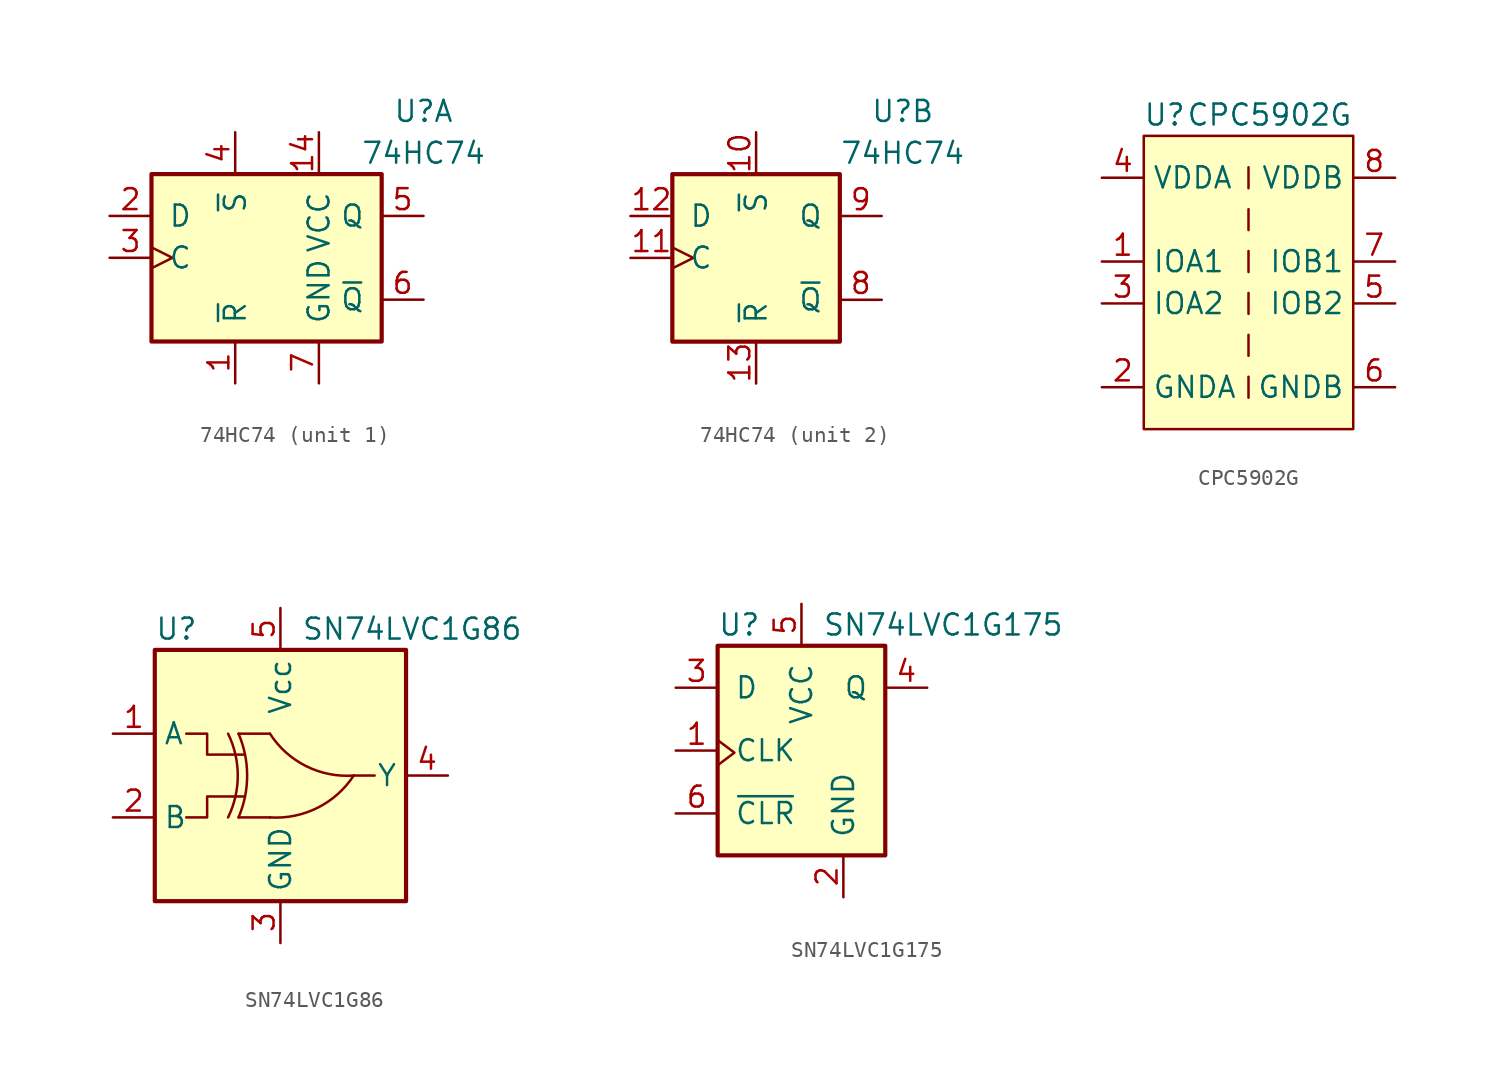
<source format=kicad_sym>
(kicad_symbol_lib
  (version 20211014)
  (generator kicad_symbol_editor)
  (symbol "74HC74"
    (pin_names
      (offset 1.016))
    (property "Reference" "U"
      (at 8.89 8.89 0)
      (effects (font (size 1.27 1.27))))
    (property "Value" "74HC74"
      (at 8.89 6.35 0)
      (effects (font (size 1.27 1.27))))
    (property "ki_locked" ""
      (at 0 0 0)
      (effects (font (size 1.27 1.27))))
    (symbol "74HC74_1_0"
      (pin input line (at -2.54 -7.62 90) (length 2.54) (name "~{R}" (effects (font (size 1.27 1.27)))) (number "1" (effects (font (size 1.27 1.27)))))
      (pin power_in line (at 2.54 7.62 270) (length 2.54) (name "VCC" (effects (font (size 1.27 1.27)))) (number "14" (effects (font (size 1.27 1.27)))))
      (pin input line (at -10.16 2.54 0) (length 2.54) (name "D" (effects (font (size 1.27 1.27)))) (number "2" (effects (font (size 1.27 1.27)))))
      (pin input clock (at -10.16 0 0) (length 2.54) (name "C" (effects (font (size 1.27 1.27)))) (number "3" (effects (font (size 1.27 1.27)))))
      (pin input line (at -2.54 7.62 270) (length 2.54) (name "~{S}" (effects (font (size 1.27 1.27)))) (number "4" (effects (font (size 1.27 1.27)))))
      (pin output line (at 8.89 2.54 180) (length 2.54) (name "Q" (effects (font (size 1.27 1.27)))) (number "5" (effects (font (size 1.27 1.27)))))
      (pin output line (at 8.89 -2.54 180) (length 2.54) (name "~{Q}" (effects (font (size 1.27 1.27)))) (number "6" (effects (font (size 1.27 1.27)))))
      (pin power_in line (at 2.54 -7.62 90) (length 2.54) (name "GND" (effects (font (size 1.27 1.27)))) (number "7" (effects (font (size 1.27 1.27))))))
    (symbol "74HC74_1_1"
      (rectangle (start -7.62 5.08) (end 6.35 -5.08) (stroke (width 0.254) (type default) (color 0 0 0 0)) (fill (type background))))
    (symbol "74HC74_2_0"
      (pin input line (at 0 7.62 270) (length 2.54) (name "~{S}" (effects (font (size 1.27 1.27)))) (number "10" (effects (font (size 1.27 1.27)))))
      (pin input clock (at -7.62 0 0) (length 2.54) (name "C" (effects (font (size 1.27 1.27)))) (number "11" (effects (font (size 1.27 1.27)))))
      (pin input line (at -7.62 2.54 0) (length 2.54) (name "D" (effects (font (size 1.27 1.27)))) (number "12" (effects (font (size 1.27 1.27)))))
      (pin input line (at 0 -7.62 90) (length 2.54) (name "~{R}" (effects (font (size 1.27 1.27)))) (number "13" (effects (font (size 1.27 1.27)))))
      (pin output line (at 7.62 -2.54 180) (length 2.54) (name "~{Q}" (effects (font (size 1.27 1.27)))) (number "8" (effects (font (size 1.27 1.27)))))
      (pin output line (at 7.62 2.54 180) (length 2.54) (name "Q" (effects (font (size 1.27 1.27)))) (number "9" (effects (font (size 1.27 1.27))))))
    (symbol "74HC74_2_1"
      (rectangle (start -5.08 5.08) (end 5.08 -5.08) (stroke (width 0.254) (type default) (color 0 0 0 0)) (fill (type background)))))
  (symbol "CPC5902G"
    (property "Reference" "U"
      (at -5.08 10.16 0)
      (effects (font (size 1.27 1.27))))
    (property "Value" "CPC5902G"
      (at 1.27 10.16 0)
      (effects (font (size 1.27 1.27))))
    (symbol "CPC5902G_0_0"
      (pin bidirectional line (at -8.89 1.27 0) (length 2.54) (name "IOA1" (effects (font (size 1.27 1.27)))) (number "1" (effects (font (size 1.27 1.27)))))
      (pin power_in line (at -8.89 -6.35 0) (length 2.54) (name "GNDA" (effects (font (size 1.27 1.27)))) (number "2" (effects (font (size 1.27 1.27)))))
      (pin bidirectional line (at -8.89 -1.27 0) (length 2.54) (name "IOA2" (effects (font (size 1.27 1.27)))) (number "3" (effects (font (size 1.27 1.27)))))
      (pin power_in line (at -8.89 6.35 0) (length 2.54) (name "VDDA" (effects (font (size 1.27 1.27)))) (number "4" (effects (font (size 1.27 1.27)))))
      (pin bidirectional line (at 8.89 -1.27 180) (length 2.54) (name "IOB2" (effects (font (size 1.27 1.27)))) (number "5" (effects (font (size 1.27 1.27)))))
      (pin power_in line (at 8.89 -6.35 180) (length 2.54) (name "GNDB" (effects (font (size 1.27 1.27)))) (number "6" (effects (font (size 1.27 1.27)))))
      (pin bidirectional line (at 8.89 1.27 180) (length 2.54) (name "IOB1" (effects (font (size 1.27 1.27)))) (number "7" (effects (font (size 1.27 1.27)))))
      (pin power_in line (at 8.89 6.35 180) (length 2.54) (name "VDDB" (effects (font (size 1.27 1.27)))) (number "8" (effects (font (size 1.27 1.27))))))
    (symbol "CPC5902G_0_1"
      (rectangle (start -6.35 8.89) (end 6.35 -8.89) (stroke (width 0) (type default) (color 0 0 0 0)) (fill (type background)))
      (polyline (pts (xy 0 -5.715) (xy 0 -6.985)) (stroke (width 0) (type default) (color 0 0 0 0)) (fill (type none)))
      (polyline (pts (xy 0 -3.175) (xy 0 -4.445)) (stroke (width 0) (type default) (color 0 0 0 0)) (fill (type none)))
      (polyline (pts (xy 0 -0.635) (xy 0 -1.905)) (stroke (width 0) (type default) (color 0 0 0 0)) (fill (type none)))
      (polyline (pts (xy 0 1.905) (xy 0 0.635)) (stroke (width 0) (type default) (color 0 0 0 0)) (fill (type none)))
      (polyline (pts (xy 0 4.445) (xy 0 3.175)) (stroke (width 0) (type default) (color 0 0 0 0)) (fill (type none)))
      (polyline (pts (xy 0 6.985) (xy 0 5.715)) (stroke (width 0) (type default) (color 0 0 0 0)) (fill (type none)))))
  (symbol "SN74LVC1G86"
    (property "Reference" "U"
      (at -7.62 8.89 0)
      (effects (font (size 1.27 1.27)) (justify left)))
    (property "Value" "SN74LVC1G86"
      (at 1.27 8.89 0)
      (effects (font (size 1.27 1.27)) (justify left)))
    (symbol "SN74LVC1G86_0_1"
      (rectangle (start -7.62 7.62) (end 7.62 -7.62) (stroke (width 0.254) (type default) (color 0 0 0 0)) (fill (type background)))
      (arc (start -3.175 -2.54) (mid -2.5862 0) (end -3.175 2.54) (stroke (width 0) (type default) (color 0 0 0 0)) (fill (type none)))
      (arc (start -2.54 -2.54) (mid -2.0185 0) (end -2.54 2.54) (stroke (width 0) (type default) (color 0 0 0 0)) (fill (type none)))
      (arc (start -0.635 -2.54) (mid 2.2489 -1.9578) (end 4.445 0) (stroke (width 0) (type default) (color 0 0 0 0)) (fill (type none)))
      (arc (start -0.635 2.54) (mid -2.7125 -7.965) (end 4.445 0) (stroke (width 0) (type default) (color 0 0 0 0)) (fill (type none)))
      (polyline (pts (xy -2.54 -2.54) (xy -0.635 -2.54)) (stroke (width 0) (type default) (color 0 0 0 0)) (fill (type none)))
      (polyline (pts (xy -2.54 2.54) (xy -0.635 2.54)) (stroke (width 0) (type default) (color 0 0 0 0)) (fill (type none)))
      (polyline (pts (xy 4.445 0) (xy 5.715 0)) (stroke (width 0) (type default) (color 0 0 0 0)) (fill (type none)))
      (polyline (pts (xy -2.159 -1.27) (xy -4.445 -1.27) (xy -4.445 -2.54) (xy -5.715 -2.54)) (stroke (width 0) (type default) (color 0 0 0 0)) (fill (type none)))
      (polyline (pts (xy -2.159 1.27) (xy -4.445 1.27) (xy -4.445 2.54) (xy -5.715 2.54)) (stroke (width 0) (type default) (color 0 0 0 0)) (fill (type none))))
    (symbol "SN74LVC1G86_1_1"
      (pin input line (at -10.16 2.54 0) (length 2.54) (name "A" (effects (font (size 1.27 1.27)))) (number "1" (effects (font (size 1.27 1.27)))))
      (pin input line (at -10.16 -2.54 0) (length 2.54) (name "B" (effects (font (size 1.27 1.27)))) (number "2" (effects (font (size 1.27 1.27)))))
      (pin power_in line (at 0 -10.16 90) (length 2.54) (name "GND" (effects (font (size 1.27 1.27)))) (number "3" (effects (font (size 1.27 1.27)))))
      (pin input line (at 10.16 0 180) (length 2.54) (name "Y" (effects (font (size 1.27 1.27)))) (number "4" (effects (font (size 1.27 1.27)))))
      (pin power_in line (at 0 10.16 270) (length 2.54) (name "Vcc" (effects (font (size 1.27 1.27)))) (number "5" (effects (font (size 1.27 1.27)))))))
  (symbol "SN74LVC1G175"
    (pin_names
      (offset 1.016))
    (property "Reference" "U"
      (at -5.08 7.62 0)
      (effects (font (size 1.27 1.27)) (justify left)))
    (property "Value" "SN74LVC1G175"
      (at 1.27 7.62 0)
      (effects (font (size 1.27 1.27)) (justify left)))
    (symbol "SN74LVC1G175_0_1"
      (polyline (pts (xy -5.08 0.635) (xy -4.064 -0.127) (xy -5.08 -0.889)) (stroke (width 0) (type default) (color 0 0 0 0)) (fill (type none))))
    (symbol "SN74LVC1G175_1_1"
      (rectangle (start -5.08 6.35) (end 5.08 -6.35) (stroke (width 0.254) (type default) (color 0 0 0 0)) (fill (type background)))
      (pin input line (at -7.62 0 0) (length 2.54) (name "CLK" (effects (font (size 1.27 1.27)))) (number "1" (effects (font (size 1.27 1.27)))))
      (pin power_in line (at 2.54 -8.89 90) (length 2.54) (name "GND" (effects (font (size 1.27 1.27)))) (number "2" (effects (font (size 1.27 1.27)))))
      (pin input line (at -7.62 3.81 0) (length 2.54) (name "D" (effects (font (size 1.27 1.27)))) (number "3" (effects (font (size 1.27 1.27)))))
      (pin output line (at 7.62 3.81 180) (length 2.54) (name "Q" (effects (font (size 1.27 1.27)))) (number "4" (effects (font (size 1.27 1.27)))))
      (pin power_in line (at 0 8.89 270) (length 2.54) (name "VCC" (effects (font (size 1.27 1.27)))) (number "5" (effects (font (size 1.27 1.27)))))
      (pin input line (at -7.62 -3.81 0) (length 2.54) (name "~{CLR}" (effects (font (size 1.27 1.27)))) (number "6" (effects (font (size 1.27 1.27))))))))
</source>
